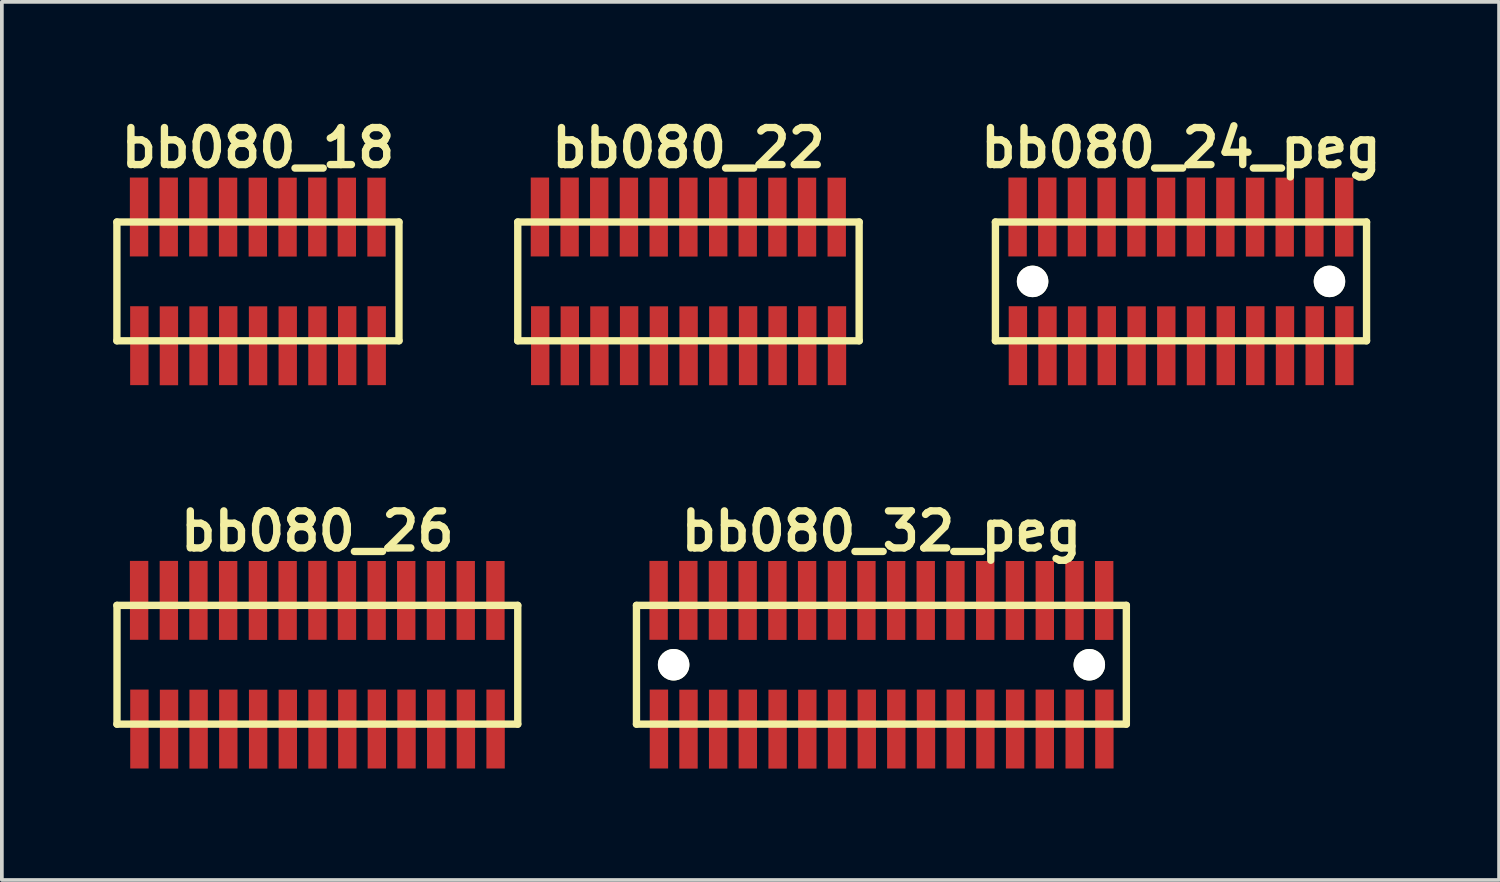
<source format=kicad_pcb>
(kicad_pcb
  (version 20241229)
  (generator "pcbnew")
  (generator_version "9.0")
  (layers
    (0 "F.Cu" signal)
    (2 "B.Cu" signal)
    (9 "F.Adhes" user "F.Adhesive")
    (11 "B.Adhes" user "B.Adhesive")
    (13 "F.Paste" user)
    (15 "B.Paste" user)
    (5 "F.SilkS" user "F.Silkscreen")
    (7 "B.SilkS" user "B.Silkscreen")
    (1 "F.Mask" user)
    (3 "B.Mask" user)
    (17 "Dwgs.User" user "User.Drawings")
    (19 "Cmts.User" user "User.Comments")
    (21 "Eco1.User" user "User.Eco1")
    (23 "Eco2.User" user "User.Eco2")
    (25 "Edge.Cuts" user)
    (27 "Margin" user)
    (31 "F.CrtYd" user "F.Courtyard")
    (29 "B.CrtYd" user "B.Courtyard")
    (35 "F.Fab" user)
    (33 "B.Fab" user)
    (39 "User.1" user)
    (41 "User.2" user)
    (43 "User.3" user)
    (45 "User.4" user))
  (footprint "bb080_32_peg"
    (layer "F.Cu")
    (at 20.696 14.859)
    (property "Reference" "bb080_32_peg" (at 0 -3.599 0) (layer "F.SilkS") (effects (font (size 0.998 0.998) (thickness 0.198))))
    (attr smd)
    (fp_line (start -6.599 -1.6) (end -6.599 1.6) (stroke (width 0.198) (type solid)) (layer "F.SilkS"))
    (fp_line (start -6.599 1.6) (end 6.599 1.6) (stroke (width 0.198) (type solid)) (layer "F.SilkS"))
    (fp_line (start 6.599 -1.6) (end -6.599 -1.6) (stroke (width 0.198) (type solid)) (layer "F.SilkS"))
    (fp_line (start 6.599 1.6) (end 6.599 -1.6) (stroke (width 0.198) (type solid)) (layer "F.SilkS"))
    (pad "" np_thru_hole circle (at -5.598 0) (size 0.848 0.848) (drill 0.848) (layers "*.Cu" "*.Mask" "F.SilkS"))
    (pad "" np_thru_hole circle (at 5.601 0) (size 0.848 0.848) (drill 0.848) (layers "*.Cu" "*.Mask" "F.SilkS"))
    (pad "1" smd rect (at -5.994 1.732) (size 0.495 2.126) (layers "F.Cu" "F.Mask" "F.Paste"))
    (pad "2" smd rect (at -6.002 -1.735) (size 0.495 2.126) (layers "F.Cu" "F.Mask" "F.Paste"))
    (pad "3" smd rect (at -5.197 1.735) (size 0.495 2.126) (layers "F.Cu" "F.Mask" "F.Paste"))
    (pad "4" smd rect (at -5.202 -1.735) (size 0.495 2.126) (layers "F.Cu" "F.Mask" "F.Paste"))
    (pad "5" smd rect (at -4.399 1.735) (size 0.495 2.126) (layers "F.Cu" "F.Mask" "F.Paste"))
    (pad "6" smd rect (at -4.404 -1.735) (size 0.495 2.126) (layers "F.Cu" "F.Mask" "F.Paste"))
    (pad "7" smd rect (at -3.599 1.732) (size 0.495 2.126) (layers "F.Cu" "F.Mask" "F.Paste"))
    (pad "8" smd rect (at -3.604 -1.732) (size 0.495 2.126) (layers "F.Cu" "F.Mask" "F.Paste"))
    (pad "9" smd rect (at -2.797 1.735) (size 0.495 2.126) (layers "F.Cu" "F.Mask" "F.Paste"))
    (pad "10" smd rect (at -2.802 -1.732) (size 0.495 2.126) (layers "F.Cu" "F.Mask" "F.Paste"))
    (pad "11" smd rect (at -1.996 1.735) (size 0.495 2.126) (layers "F.Cu" "F.Mask" "F.Paste"))
    (pad "12" smd rect (at -2.002 -1.732) (size 0.495 2.126) (layers "F.Cu" "F.Mask" "F.Paste"))
    (pad "13" smd rect (at -1.196 1.735) (size 0.495 2.126) (layers "F.Cu" "F.Mask" "F.Paste"))
    (pad "14" smd rect (at -1.199 -1.735) (size 0.495 2.126) (layers "F.Cu" "F.Mask" "F.Paste"))
    (pad "15" smd rect (at -0.394 1.732) (size 0.495 2.126) (layers "F.Cu" "F.Mask" "F.Paste"))
    (pad "16" smd rect (at -0.404 -1.732) (size 0.495 2.126) (layers "F.Cu" "F.Mask" "F.Paste"))
    (pad "17" smd rect (at 0.401 1.732) (size 0.495 2.126) (layers "F.Cu" "F.Mask" "F.Paste"))
    (pad "18" smd rect (at 0.396 -1.732) (size 0.495 2.126) (layers "F.Cu" "F.Mask" "F.Paste"))
    (pad "19" smd rect (at 1.201 1.732) (size 0.495 2.126) (layers "F.Cu" "F.Mask" "F.Paste"))
    (pad "20" smd rect (at 1.194 -1.732) (size 0.495 2.126) (layers "F.Cu" "F.Mask" "F.Paste"))
    (pad "21" smd rect (at 2.002 1.732) (size 0.495 2.126) (layers "F.Cu" "F.Mask" "F.Paste"))
    (pad "22" smd rect (at 1.994 -1.732) (size 0.495 2.126) (layers "F.Cu" "F.Mask" "F.Paste"))
    (pad "23" smd rect (at 2.802 1.732) (size 0.495 2.126) (layers "F.Cu" "F.Mask" "F.Paste"))
    (pad "24" smd rect (at 2.797 -1.732) (size 0.495 2.126) (layers "F.Cu" "F.Mask" "F.Paste"))
    (pad "25" smd rect (at 3.602 1.732) (size 0.495 2.126) (layers "F.Cu" "F.Mask" "F.Paste"))
    (pad "26" smd rect (at 3.597 -1.732) (size 0.495 2.126) (layers "F.Cu" "F.Mask" "F.Paste"))
    (pad "27" smd rect (at 4.402 1.732) (size 0.495 2.126) (layers "F.Cu" "F.Mask" "F.Paste"))
    (pad "28" smd rect (at 4.402 -1.732) (size 0.495 2.126) (layers "F.Cu" "F.Mask" "F.Paste"))
    (pad "29" smd rect (at 5.207 1.732) (size 0.495 2.126) (layers "F.Cu" "F.Mask" "F.Paste"))
    (pad "30" smd rect (at 5.202 -1.732) (size 0.495 2.126) (layers "F.Cu" "F.Mask" "F.Paste"))
    (pad "31" smd rect (at 6.007 1.732) (size 0.495 2.126) (layers "F.Cu" "F.Mask" "F.Paste"))
    (pad "32" smd rect (at 6.002 -1.732) (size 0.495 2.126) (layers "F.Cu" "F.Mask" "F.Paste")))
  (footprint "bb080_18"
    (layer "F.Cu")
    (at 3.899 4.531)
    (property "Reference" "bb080_18" (at 0 -3.599 0) (layer "F.SilkS") (effects (font (size 0.998 0.998) (thickness 0.198))))
    (attr smd)
    (fp_line (start -3.8 -1.6) (end -3.8 1.6) (stroke (width 0.198) (type solid)) (layer "F.SilkS"))
    (fp_line (start -3.8 1.6) (end 3.8 1.6) (stroke (width 0.198) (type solid)) (layer "F.SilkS"))
    (fp_line (start 3.8 -1.6) (end -3.8 -1.6) (stroke (width 0.198) (type solid)) (layer "F.SilkS"))
    (fp_line (start 3.8 1.6) (end 3.8 -1.6) (stroke (width 0.198) (type solid)) (layer "F.SilkS"))
    (pad "1" smd rect (at -3.195 1.732) (size 0.495 2.126) (layers "F.Cu" "F.Mask" "F.Paste"))
    (pad "2" smd rect (at -3.203 -1.735) (size 0.495 2.126) (layers "F.Cu" "F.Mask" "F.Paste"))
    (pad "3" smd rect (at -2.398 1.735) (size 0.495 2.126) (layers "F.Cu" "F.Mask" "F.Paste"))
    (pad "4" smd rect (at -2.403 -1.735) (size 0.495 2.126) (layers "F.Cu" "F.Mask" "F.Paste"))
    (pad "5" smd rect (at -1.6 1.735) (size 0.495 2.126) (layers "F.Cu" "F.Mask" "F.Paste"))
    (pad "6" smd rect (at -1.605 -1.735) (size 0.495 2.126) (layers "F.Cu" "F.Mask" "F.Paste"))
    (pad "7" smd rect (at -0.8 1.732) (size 0.495 2.126) (layers "F.Cu" "F.Mask" "F.Paste"))
    (pad "8" smd rect (at -0.805 -1.732) (size 0.495 2.126) (layers "F.Cu" "F.Mask" "F.Paste"))
    (pad "9" smd rect (at 0.003 1.735) (size 0.495 2.126) (layers "F.Cu" "F.Mask" "F.Paste"))
    (pad "10" smd rect (at -0.003 -1.732) (size 0.495 2.126) (layers "F.Cu" "F.Mask" "F.Paste"))
    (pad "11" smd rect (at 0.803 1.735) (size 0.495 2.126) (layers "F.Cu" "F.Mask" "F.Paste"))
    (pad "12" smd rect (at 0.798 -1.732) (size 0.495 2.126) (layers "F.Cu" "F.Mask" "F.Paste"))
    (pad "13" smd rect (at 1.603 1.735) (size 0.495 2.126) (layers "F.Cu" "F.Mask" "F.Paste"))
    (pad "14" smd rect (at 1.6 -1.735) (size 0.495 2.126) (layers "F.Cu" "F.Mask" "F.Paste"))
    (pad "15" smd rect (at 2.405 1.732) (size 0.495 2.126) (layers "F.Cu" "F.Mask" "F.Paste"))
    (pad "16" smd rect (at 2.395 -1.732) (size 0.495 2.126) (layers "F.Cu" "F.Mask" "F.Paste"))
    (pad "17" smd rect (at 3.2 1.732) (size 0.495 2.126) (layers "F.Cu" "F.Mask" "F.Paste"))
    (pad "18" smd rect (at 3.195 -1.732) (size 0.495 2.126) (layers "F.Cu" "F.Mask" "F.Paste")))
  (footprint "bb080_24_peg"
    (layer "F.Cu")
    (at 28.767 4.531)
    (property "Reference" "bb080_24_peg" (at 0 -3.599 0) (layer "F.SilkS") (effects (font (size 0.998 0.998) (thickness 0.198))))
    (attr smd)
    (fp_line (start -5.001 -1.6) (end 4.999 -1.6) (stroke (width 0.198) (type solid)) (layer "F.SilkS"))
    (fp_line (start -4.999 -1.6) (end -4.999 1.6) (stroke (width 0.198) (type solid)) (layer "F.SilkS"))
    (fp_line (start 4.999 1.6) (end -5.001 1.6) (stroke (width 0.198) (type solid)) (layer "F.SilkS"))
    (fp_line (start 4.999 1.6) (end 4.999 -1.6) (stroke (width 0.198) (type solid)) (layer "F.SilkS"))
    (pad "" np_thru_hole circle (at -3.998 0) (size 0.848 0.848) (drill 0.848) (layers "*.Cu" "*.Mask" "F.SilkS"))
    (pad "" np_thru_hole circle (at 4 0) (size 0.848 0.848) (drill 0.848) (layers "*.Cu" "*.Mask" "F.SilkS"))
    (pad "1" smd rect (at -4.394 1.732) (size 0.495 2.126) (layers "F.Cu" "F.Mask" "F.Paste"))
    (pad "2" smd rect (at -4.402 -1.735) (size 0.495 2.126) (layers "F.Cu" "F.Mask" "F.Paste"))
    (pad "3" smd rect (at -3.597 1.735) (size 0.495 2.126) (layers "F.Cu" "F.Mask" "F.Paste"))
    (pad "4" smd rect (at -3.602 -1.735) (size 0.495 2.126) (layers "F.Cu" "F.Mask" "F.Paste"))
    (pad "5" smd rect (at -2.799 1.735) (size 0.495 2.126) (layers "F.Cu" "F.Mask" "F.Paste"))
    (pad "6" smd rect (at -2.804 -1.735) (size 0.495 2.126) (layers "F.Cu" "F.Mask" "F.Paste"))
    (pad "7" smd rect (at -1.999 1.732) (size 0.495 2.126) (layers "F.Cu" "F.Mask" "F.Paste"))
    (pad "8" smd rect (at -2.004 -1.732) (size 0.495 2.126) (layers "F.Cu" "F.Mask" "F.Paste"))
    (pad "9" smd rect (at -1.196 1.735) (size 0.495 2.126) (layers "F.Cu" "F.Mask" "F.Paste"))
    (pad "10" smd rect (at -1.201 -1.732) (size 0.495 2.126) (layers "F.Cu" "F.Mask" "F.Paste"))
    (pad "11" smd rect (at -0.396 1.735) (size 0.495 2.126) (layers "F.Cu" "F.Mask" "F.Paste"))
    (pad "12" smd rect (at -0.401 -1.732) (size 0.495 2.126) (layers "F.Cu" "F.Mask" "F.Paste"))
    (pad "13" smd rect (at 0.404 1.735) (size 0.495 2.126) (layers "F.Cu" "F.Mask" "F.Paste"))
    (pad "14" smd rect (at 0.401 -1.735) (size 0.495 2.126) (layers "F.Cu" "F.Mask" "F.Paste"))
    (pad "15" smd rect (at 1.206 1.732) (size 0.495 2.126) (layers "F.Cu" "F.Mask" "F.Paste"))
    (pad "16" smd rect (at 1.196 -1.732) (size 0.495 2.126) (layers "F.Cu" "F.Mask" "F.Paste"))
    (pad "17" smd rect (at 2.002 1.732) (size 0.495 2.126) (layers "F.Cu" "F.Mask" "F.Paste"))
    (pad "18" smd rect (at 1.996 -1.732) (size 0.495 2.126) (layers "F.Cu" "F.Mask" "F.Paste"))
    (pad "19" smd rect (at 2.802 1.732) (size 0.495 2.126) (layers "F.Cu" "F.Mask" "F.Paste"))
    (pad "20" smd rect (at 2.794 -1.732) (size 0.495 2.126) (layers "F.Cu" "F.Mask" "F.Paste"))
    (pad "21" smd rect (at 3.602 1.732) (size 0.495 2.126) (layers "F.Cu" "F.Mask" "F.Paste"))
    (pad "22" smd rect (at 3.594 -1.732) (size 0.495 2.126) (layers "F.Cu" "F.Mask" "F.Paste"))
    (pad "23" smd rect (at 4.402 1.732) (size 0.495 2.126) (layers "F.Cu" "F.Mask" "F.Paste"))
    (pad "24" smd rect (at 4.397 -1.732) (size 0.495 2.126) (layers "F.Cu" "F.Mask" "F.Paste")))
  (footprint "bb080_26"
    (layer "F.Cu")
    (at 5.499 14.859)
    (property "Reference" "bb080_26" (at 0 -3.599 0) (layer "F.SilkS") (effects (font (size 0.998 0.998) (thickness 0.198))))
    (attr smd)
    (fp_line (start -5.4 -1.6) (end 5.4 -1.6) (stroke (width 0.198) (type solid)) (layer "F.SilkS"))
    (fp_line (start -5.397 -1.6) (end -5.397 1.6) (stroke (width 0.198) (type solid)) (layer "F.SilkS"))
    (fp_line (start 5.4 1.6) (end -5.4 1.6) (stroke (width 0.198) (type solid)) (layer "F.SilkS"))
    (fp_line (start 5.4 1.6) (end 5.4 -1.6) (stroke (width 0.198) (type solid)) (layer "F.SilkS"))
    (pad "1" smd rect (at -4.793 1.732) (size 0.495 2.126) (layers "F.Cu" "F.Mask" "F.Paste"))
    (pad "2" smd rect (at -4.801 -1.735) (size 0.495 2.126) (layers "F.Cu" "F.Mask" "F.Paste"))
    (pad "3" smd rect (at -3.995 1.735) (size 0.495 2.126) (layers "F.Cu" "F.Mask" "F.Paste"))
    (pad "4" smd rect (at -4 -1.735) (size 0.495 2.126) (layers "F.Cu" "F.Mask" "F.Paste"))
    (pad "5" smd rect (at -3.198 1.735) (size 0.495 2.126) (layers "F.Cu" "F.Mask" "F.Paste"))
    (pad "6" smd rect (at -3.203 -1.735) (size 0.495 2.126) (layers "F.Cu" "F.Mask" "F.Paste"))
    (pad "7" smd rect (at -2.398 1.732) (size 0.495 2.126) (layers "F.Cu" "F.Mask" "F.Paste"))
    (pad "8" smd rect (at -2.403 -1.732) (size 0.495 2.126) (layers "F.Cu" "F.Mask" "F.Paste"))
    (pad "9" smd rect (at -1.595 1.735) (size 0.495 2.126) (layers "F.Cu" "F.Mask" "F.Paste"))
    (pad "10" smd rect (at -1.6 -1.732) (size 0.495 2.126) (layers "F.Cu" "F.Mask" "F.Paste"))
    (pad "11" smd rect (at -0.795 1.735) (size 0.495 2.126) (layers "F.Cu" "F.Mask" "F.Paste"))
    (pad "12" smd rect (at -0.8 -1.732) (size 0.495 2.126) (layers "F.Cu" "F.Mask" "F.Paste"))
    (pad "13" smd rect (at 0.005 1.735) (size 0.495 2.126) (layers "F.Cu" "F.Mask" "F.Paste"))
    (pad "14" smd rect (at 0.003 -1.735) (size 0.495 2.126) (layers "F.Cu" "F.Mask" "F.Paste"))
    (pad "15" smd rect (at 0.808 1.732) (size 0.495 2.126) (layers "F.Cu" "F.Mask" "F.Paste"))
    (pad "16" smd rect (at 0.798 -1.732) (size 0.495 2.126) (layers "F.Cu" "F.Mask" "F.Paste"))
    (pad "17" smd rect (at 1.603 1.732) (size 0.495 2.126) (layers "F.Cu" "F.Mask" "F.Paste"))
    (pad "18" smd rect (at 1.598 -1.732) (size 0.495 2.126) (layers "F.Cu" "F.Mask" "F.Paste"))
    (pad "19" smd rect (at 2.403 1.732) (size 0.495 2.126) (layers "F.Cu" "F.Mask" "F.Paste"))
    (pad "20" smd rect (at 2.395 -1.732) (size 0.495 2.126) (layers "F.Cu" "F.Mask" "F.Paste"))
    (pad "21" smd rect (at 3.203 1.732) (size 0.495 2.126) (layers "F.Cu" "F.Mask" "F.Paste"))
    (pad "22" smd rect (at 3.195 -1.732) (size 0.495 2.126) (layers "F.Cu" "F.Mask" "F.Paste"))
    (pad "23" smd rect (at 4.003 1.732) (size 0.495 2.126) (layers "F.Cu" "F.Mask" "F.Paste"))
    (pad "24" smd rect (at 3.998 -1.732) (size 0.495 2.126) (layers "F.Cu" "F.Mask" "F.Paste"))
    (pad "25" smd rect (at 4.803 1.732) (size 0.495 2.126) (layers "F.Cu" "F.Mask" "F.Paste"))
    (pad "26" smd rect (at 4.798 -1.732) (size 0.495 2.126) (layers "F.Cu" "F.Mask" "F.Paste")))
  (footprint "bb080_22"
    (layer "F.Cu")
    (at 15.499 4.531)
    (property "Reference" "bb080_22" (at 0 -3.599 0) (layer "F.SilkS") (effects (font (size 0.998 0.998) (thickness 0.198))))
    (attr smd)
    (fp_line (start -4.602 1.6) (end 4.6 1.6) (stroke (width 0.198) (type solid)) (layer "F.SilkS"))
    (fp_line (start -4.6 -1.6) (end -4.6 1.6) (stroke (width 0.198) (type solid)) (layer "F.SilkS"))
    (fp_line (start 4.597 1.6) (end 4.597 -1.6) (stroke (width 0.198) (type solid)) (layer "F.SilkS"))
    (fp_line (start 4.6 -1.6) (end -4.602 -1.6) (stroke (width 0.198) (type solid)) (layer "F.SilkS"))
    (pad "1" smd rect (at -3.995 1.732) (size 0.495 2.126) (layers "F.Cu" "F.Mask" "F.Paste"))
    (pad "2" smd rect (at -4.003 -1.735) (size 0.495 2.126) (layers "F.Cu" "F.Mask" "F.Paste"))
    (pad "3" smd rect (at -3.198 1.735) (size 0.495 2.126) (layers "F.Cu" "F.Mask" "F.Paste"))
    (pad "4" smd rect (at -3.203 -1.735) (size 0.495 2.126) (layers "F.Cu" "F.Mask" "F.Paste"))
    (pad "5" smd rect (at -2.4 1.735) (size 0.495 2.126) (layers "F.Cu" "F.Mask" "F.Paste"))
    (pad "6" smd rect (at -2.405 -1.735) (size 0.495 2.126) (layers "F.Cu" "F.Mask" "F.Paste"))
    (pad "7" smd rect (at -1.6 1.732) (size 0.495 2.126) (layers "F.Cu" "F.Mask" "F.Paste"))
    (pad "8" smd rect (at -1.605 -1.732) (size 0.495 2.126) (layers "F.Cu" "F.Mask" "F.Paste"))
    (pad "9" smd rect (at -0.798 1.735) (size 0.495 2.126) (layers "F.Cu" "F.Mask" "F.Paste"))
    (pad "10" smd rect (at -0.803 -1.732) (size 0.495 2.126) (layers "F.Cu" "F.Mask" "F.Paste"))
    (pad "11" smd rect (at 0.003 1.735) (size 0.495 2.126) (layers "F.Cu" "F.Mask" "F.Paste"))
    (pad "12" smd rect (at -0.003 -1.732) (size 0.495 2.126) (layers "F.Cu" "F.Mask" "F.Paste"))
    (pad "13" smd rect (at 0.803 1.735) (size 0.495 2.126) (layers "F.Cu" "F.Mask" "F.Paste"))
    (pad "14" smd rect (at 0.8 -1.735) (size 0.495 2.126) (layers "F.Cu" "F.Mask" "F.Paste"))
    (pad "15" smd rect (at 1.605 1.732) (size 0.495 2.126) (layers "F.Cu" "F.Mask" "F.Paste"))
    (pad "16" smd rect (at 1.595 -1.732) (size 0.495 2.126) (layers "F.Cu" "F.Mask" "F.Paste"))
    (pad "17" smd rect (at 2.4 1.732) (size 0.495 2.126) (layers "F.Cu" "F.Mask" "F.Paste"))
    (pad "18" smd rect (at 2.395 -1.732) (size 0.495 2.126) (layers "F.Cu" "F.Mask" "F.Paste"))
    (pad "19" smd rect (at 3.2 1.732) (size 0.495 2.126) (layers "F.Cu" "F.Mask" "F.Paste"))
    (pad "20" smd rect (at 3.193 -1.732) (size 0.495 2.126) (layers "F.Cu" "F.Mask" "F.Paste"))
    (pad "21" smd rect (at 4 1.732) (size 0.495 2.126) (layers "F.Cu" "F.Mask" "F.Paste"))
    (pad "22" smd rect (at 3.993 -1.732) (size 0.495 2.126) (layers "F.Cu" "F.Mask" "F.Paste")))
  (gr_rect
    (start -3 -3)
    (end 37.336 20.657)
    (stroke (width 0.1) (type default))
    (fill no)
    (layer "Edge.Cuts")))
</source>
